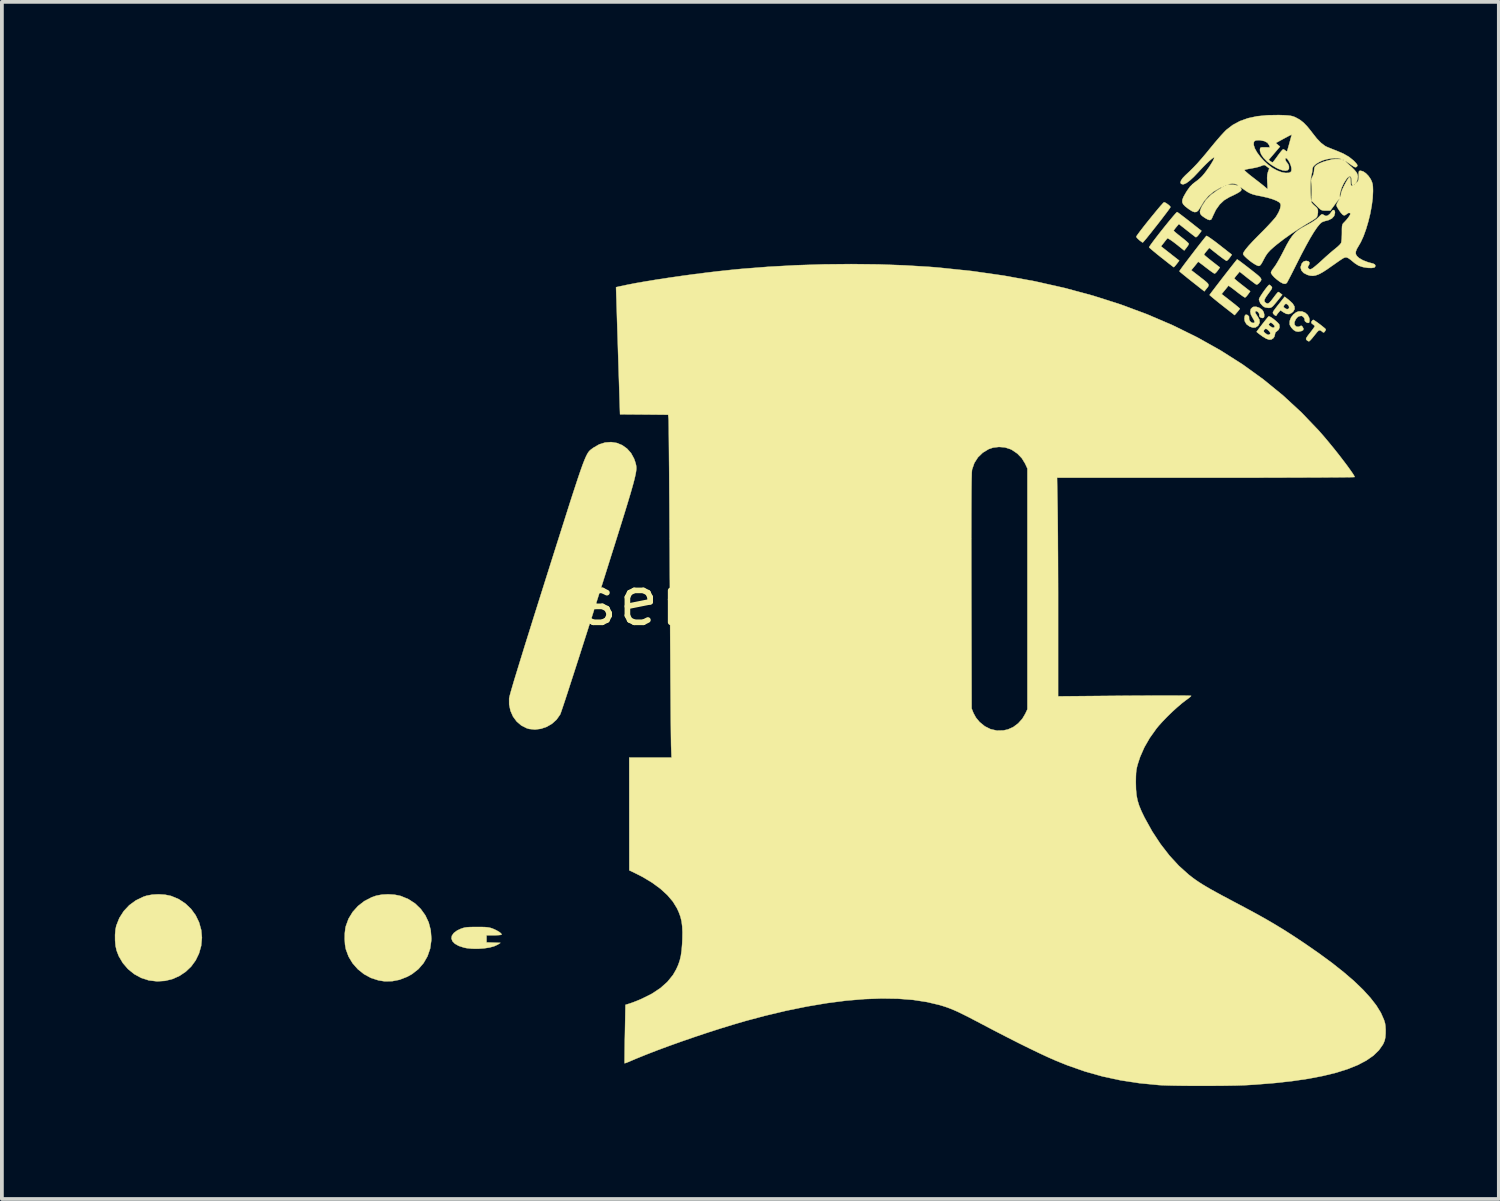
<source format=kicad_pcb>
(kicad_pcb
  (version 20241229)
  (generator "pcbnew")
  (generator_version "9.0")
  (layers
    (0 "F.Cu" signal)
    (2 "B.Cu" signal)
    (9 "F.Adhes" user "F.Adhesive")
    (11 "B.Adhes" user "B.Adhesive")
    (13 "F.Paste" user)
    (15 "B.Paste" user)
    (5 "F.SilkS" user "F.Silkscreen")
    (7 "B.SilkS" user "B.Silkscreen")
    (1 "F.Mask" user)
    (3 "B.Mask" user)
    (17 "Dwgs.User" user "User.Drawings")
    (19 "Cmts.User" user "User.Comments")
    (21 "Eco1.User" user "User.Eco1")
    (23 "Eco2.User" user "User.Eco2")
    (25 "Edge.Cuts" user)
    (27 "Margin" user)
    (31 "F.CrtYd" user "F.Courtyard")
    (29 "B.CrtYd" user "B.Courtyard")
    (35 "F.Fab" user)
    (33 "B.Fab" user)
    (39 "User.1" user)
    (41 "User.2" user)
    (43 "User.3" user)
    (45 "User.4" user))
  (footprint "serigrafia"
    (layer "F.Cu")
    (at 16.874 12.893)
    (property "Reference" "serigrafia" (at 0 0 0) (layer "F.SilkS") (effects (font (size 1.27 1.27) (thickness 0.15))))
    (attr through_hole)
    (fp_poly (pts (xy 11.018 -10.561) (xy 11.066 -10.531) (xy 11.114 -10.494) (xy 11.147 -10.46) (xy 11.154 -10.446) (xy 11.142 -10.424) (xy 11.107 -10.375) (xy 11.054 -10.303) (xy 10.987 -10.215) (xy 10.91 -10.114) (xy 10.827 -10.007) (xy 10.741 -9.898) (xy 10.658 -9.793) (xy 10.581 -9.696) (xy 10.515 -9.614) (xy 10.462 -9.552) (xy 10.428 -9.513) (xy 10.417 -9.504) (xy 10.394 -9.516) (xy 10.35 -9.548) (xy 10.324 -9.569) (xy 10.278 -9.612) (xy 10.25 -9.647) (xy 10.246 -9.659) (xy 10.26 -9.684) (xy 10.296 -9.735) (xy 10.35 -9.808) (xy 10.419 -9.897) (xy 10.498 -9.998) (xy 10.583 -10.104) (xy 10.669 -10.21) (xy 10.753 -10.312) (xy 10.829 -10.404) (xy 10.895 -10.481) (xy 10.946 -10.538) (xy 10.977 -10.569) (xy 10.984 -10.573) (xy 11.018 -10.561)) (stroke (width 0.01) (type solid)) (fill yes) (layer "F.SilkS"))
    (fp_poly (pts (xy 14.309 -7.967) (xy 14.398 -7.884) (xy 14.445 -7.807) (xy 14.45 -7.737) (xy 14.413 -7.671) (xy 14.367 -7.632) (xy 14.302 -7.603) (xy 14.233 -7.609) (xy 14.152 -7.652) (xy 14.074 -7.705) (xy 14.023 -7.646) (xy 13.989 -7.604) (xy 13.971 -7.575) (xy 13.971 -7.572) (xy 13.957 -7.557) (xy 13.926 -7.571) (xy 13.897 -7.598) (xy 13.881 -7.617) (xy 13.873 -7.635) (xy 13.877 -7.658) (xy 13.896 -7.693) (xy 13.933 -7.744) (xy 13.985 -7.811) (xy 14.155 -7.811) (xy 14.161 -7.787) (xy 14.188 -7.763) (xy 14.242 -7.734) (xy 14.284 -7.74) (xy 14.305 -7.777) (xy 14.295 -7.821) (xy 14.265 -7.854) (xy 14.228 -7.878) (xy 14.204 -7.872) (xy 14.179 -7.845) (xy 14.155 -7.811) (xy 13.985 -7.811) (xy 13.991 -7.819) (xy 14.039 -7.879) (xy 14.185 -8.064) (xy 14.309 -7.967)) (stroke (width 0.01) (type solid)) (fill yes) (layer "F.SilkS"))
    (fp_poly (pts (xy -15.542 7.813) (xy -15.386 7.845) (xy -15.377 7.848) (xy -15.18 7.93) (xy -15.004 8.046) (xy -14.852 8.19) (xy -14.729 8.359) (xy -14.638 8.548) (xy -14.581 8.752) (xy -14.563 8.954) (xy -14.583 9.17) (xy -14.64 9.372) (xy -14.729 9.556) (xy -14.848 9.719) (xy -14.993 9.857) (xy -15.159 9.969) (xy -15.344 10.051) (xy -15.543 10.1) (xy -15.753 10.113) (xy -15.97 10.087) (xy -15.976 10.086) (xy -16.176 10.021) (xy -16.361 9.92) (xy -16.525 9.787) (xy -16.663 9.626) (xy -16.771 9.443) (xy -16.828 9.295) (xy -16.855 9.173) (xy -16.868 9.028) (xy -16.869 8.877) (xy -16.857 8.736) (xy -16.836 8.635) (xy -16.755 8.431) (xy -16.639 8.249) (xy -16.492 8.092) (xy -16.317 7.964) (xy -16.118 7.868) (xy -16.034 7.84) (xy -15.883 7.811) (xy -15.714 7.802) (xy -15.542 7.813)) (stroke (width 0.01) (type solid)) (fill yes) (layer "F.SilkS"))
    (fp_poly (pts (xy -7.134 8.67) (xy -7.04 8.673) (xy -6.97 8.68) (xy -6.914 8.69) (xy -6.862 8.706) (xy -6.833 8.717) (xy -6.744 8.758) (xy -6.671 8.8) (xy -6.621 8.84) (xy -6.604 8.87) (xy -6.624 8.879) (xy -6.676 8.885) (xy -6.753 8.889) (xy -6.805 8.89) (xy -7.006 8.89) (xy -7.006 9.079) (xy -6.821 9.085) (xy -6.636 9.091) (xy -6.709 9.138) (xy -6.803 9.181) (xy -6.928 9.215) (xy -7.074 9.237) (xy -7.231 9.248) (xy -7.388 9.246) (xy -7.535 9.231) (xy -7.607 9.216) (xy -7.745 9.171) (xy -7.847 9.113) (xy -7.911 9.047) (xy -7.937 8.974) (xy -7.925 8.901) (xy -7.874 8.829) (xy -7.784 8.762) (xy -7.694 8.72) (xy -7.638 8.7) (xy -7.586 8.686) (xy -7.526 8.677) (xy -7.449 8.672) (xy -7.346 8.67) (xy -7.26 8.67) (xy -7.134 8.67)) (stroke (width 0.01) (type solid)) (fill yes) (layer "F.SilkS"))
    (fp_poly (pts (xy -9.446 7.813) (xy -9.29 7.845) (xy -9.281 7.848) (xy -9.08 7.931) (xy -8.903 8.046) (xy -8.753 8.191) (xy -8.631 8.36) (xy -8.542 8.549) (xy -8.488 8.756) (xy -8.471 8.975) (xy -8.473 9.028) (xy -8.504 9.246) (xy -8.574 9.448) (xy -8.679 9.63) (xy -8.817 9.789) (xy -8.986 9.921) (xy -9.112 9.991) (xy -9.317 10.071) (xy -9.517 10.11) (xy -9.721 10.111) (xy -9.876 10.086) (xy -10.075 10.022) (xy -10.259 9.922) (xy -10.423 9.791) (xy -10.562 9.633) (xy -10.669 9.455) (xy -10.741 9.26) (xy -10.741 9.26) (xy -10.763 9.135) (xy -10.772 8.988) (xy -10.769 8.837) (xy -10.753 8.7) (xy -10.741 8.647) (xy -10.669 8.45) (xy -10.56 8.271) (xy -10.419 8.114) (xy -10.251 7.983) (xy -10.058 7.883) (xy -9.938 7.84) (xy -9.787 7.811) (xy -9.618 7.802) (xy -9.446 7.813)) (stroke (width 0.01) (type solid)) (fill yes) (layer "F.SilkS"))
    (fp_poly (pts (xy 14.971 -7.438) (xy 15.018 -7.406) (xy 15.08 -7.362) (xy 15.146 -7.312) (xy 15.207 -7.263) (xy 15.254 -7.224) (xy 15.277 -7.2) (xy 15.277 -7.199) (xy 15.271 -7.173) (xy 15.253 -7.143) (xy 15.227 -7.115) (xy 15.202 -7.121) (xy 15.184 -7.136) (xy 15.146 -7.165) (xy 15.115 -7.175) (xy 15.083 -7.162) (xy 15.044 -7.123) (xy 14.988 -7.053) (xy 14.976 -7.038) (xy 14.921 -6.969) (xy 14.873 -6.915) (xy 14.839 -6.884) (xy 14.83 -6.879) (xy 14.796 -6.893) (xy 14.77 -6.914) (xy 14.756 -6.932) (xy 14.755 -6.954) (xy 14.771 -6.986) (xy 14.806 -7.037) (xy 14.861 -7.107) (xy 14.915 -7.177) (xy 14.957 -7.235) (xy 14.982 -7.273) (xy 14.986 -7.282) (xy 14.97 -7.303) (xy 14.933 -7.333) (xy 14.897 -7.363) (xy 14.894 -7.393) (xy 14.902 -7.409) (xy 14.928 -7.442) (xy 14.946 -7.451) (xy 14.971 -7.438)) (stroke (width 0.01) (type solid)) (fill yes) (layer "F.SilkS"))
    (fp_poly (pts (xy 14.648 -7.673) (xy 14.731 -7.639) (xy 14.798 -7.579) (xy 14.838 -7.501) (xy 14.845 -7.449) (xy 14.841 -7.4) (xy 14.831 -7.373) (xy 14.802 -7.369) (xy 14.762 -7.384) (xy 14.728 -7.41) (xy 14.717 -7.437) (xy 14.718 -7.438) (xy 14.714 -7.48) (xy 14.686 -7.524) (xy 14.645 -7.553) (xy 14.627 -7.556) (xy 14.562 -7.546) (xy 14.512 -7.508) (xy 14.476 -7.458) (xy 14.445 -7.385) (xy 14.448 -7.323) (xy 14.482 -7.281) (xy 14.51 -7.269) (xy 14.566 -7.268) (xy 14.595 -7.282) (xy 14.625 -7.296) (xy 14.652 -7.276) (xy 14.658 -7.269) (xy 14.686 -7.216) (xy 14.676 -7.178) (xy 14.635 -7.154) (xy 14.545 -7.136) (xy 14.478 -7.148) (xy 14.418 -7.186) (xy 14.362 -7.247) (xy 14.324 -7.313) (xy 14.318 -7.335) (xy 14.321 -7.424) (xy 14.356 -7.514) (xy 14.417 -7.594) (xy 14.494 -7.652) (xy 14.557 -7.675) (xy 14.648 -7.673)) (stroke (width 0.01) (type solid)) (fill yes) (layer "F.SilkS"))
    (fp_poly (pts (xy 13.803 -8.368) (xy 13.831 -8.341) (xy 13.847 -8.321) (xy 13.85 -8.299) (xy 13.838 -8.269) (xy 13.807 -8.222) (xy 13.754 -8.15) (xy 13.749 -8.143) (xy 13.687 -8.056) (xy 13.654 -7.994) (xy 13.646 -7.949) (xy 13.665 -7.917) (xy 13.699 -7.893) (xy 13.727 -7.883) (xy 13.754 -7.889) (xy 13.787 -7.914) (xy 13.832 -7.964) (xy 13.893 -8.044) (xy 13.906 -8.062) (xy 13.954 -8.124) (xy 13.992 -8.169) (xy 14.014 -8.19) (xy 14.015 -8.191) (xy 14.04 -8.179) (xy 14.075 -8.154) (xy 14.122 -8.116) (xy 13.982 -7.942) (xy 13.918 -7.865) (xy 13.873 -7.814) (xy 13.839 -7.786) (xy 13.807 -7.772) (xy 13.771 -7.768) (xy 13.752 -7.768) (xy 13.662 -7.783) (xy 13.607 -7.816) (xy 13.539 -7.892) (xy 13.507 -7.973) (xy 13.504 -7.998) (xy 13.516 -8.03) (xy 13.547 -8.083) (xy 13.591 -8.15) (xy 13.641 -8.222) (xy 13.692 -8.29) (xy 13.736 -8.345) (xy 13.768 -8.377) (xy 13.778 -8.382) (xy 13.803 -8.368)) (stroke (width 0.01) (type solid)) (fill yes) (layer "F.SilkS"))
    (fp_poly (pts (xy 13.433 -7.797) (xy 13.51 -7.772) (xy 13.577 -7.728) (xy 13.594 -7.711) (xy 13.628 -7.655) (xy 13.644 -7.588) (xy 13.64 -7.53) (xy 13.633 -7.515) (xy 13.602 -7.499) (xy 13.561 -7.506) (xy 13.525 -7.529) (xy 13.511 -7.561) (xy 13.513 -7.571) (xy 13.51 -7.611) (xy 13.482 -7.654) (xy 13.442 -7.681) (xy 13.427 -7.684) (xy 13.402 -7.67) (xy 13.409 -7.631) (xy 13.45 -7.565) (xy 13.463 -7.547) (xy 13.513 -7.459) (xy 13.522 -7.38) (xy 13.49 -7.31) (xy 13.474 -7.291) (xy 13.413 -7.249) (xy 13.343 -7.244) (xy 13.258 -7.273) (xy 13.254 -7.275) (xy 13.172 -7.335) (xy 13.126 -7.415) (xy 13.117 -7.487) (xy 13.127 -7.557) (xy 13.152 -7.588) (xy 13.194 -7.581) (xy 13.206 -7.574) (xy 13.24 -7.537) (xy 13.24 -7.499) (xy 13.244 -7.452) (xy 13.271 -7.408) (xy 13.311 -7.377) (xy 13.353 -7.366) (xy 13.386 -7.384) (xy 13.388 -7.387) (xy 13.384 -7.415) (xy 13.36 -7.464) (xy 13.336 -7.502) (xy 13.289 -7.592) (xy 13.273 -7.673) (xy 13.288 -7.74) (xy 13.333 -7.785) (xy 13.366 -7.798) (xy 13.433 -7.797)) (stroke (width 0.01) (type solid)) (fill yes) (layer "F.SilkS"))
    (fp_poly (pts (xy 13.783 -7.54) (xy 13.828 -7.516) (xy 13.885 -7.476) (xy 13.944 -7.428) (xy 13.997 -7.38) (xy 14.034 -7.339) (xy 14.045 -7.319) (xy 14.05 -7.249) (xy 14.023 -7.186) (xy 13.98 -7.15) (xy 13.938 -7.115) (xy 13.928 -7.066) (xy 13.913 -7.006) (xy 13.885 -6.964) (xy 13.833 -6.929) (xy 13.771 -6.925) (xy 13.695 -6.952) (xy 13.598 -7.01) (xy 13.582 -7.022) (xy 13.517 -7.07) (xy 13.468 -7.108) (xy 13.443 -7.13) (xy 13.442 -7.133) (xy 13.453 -7.152) (xy 13.627 -7.152) (xy 13.64 -7.124) (xy 13.67 -7.097) (xy 13.724 -7.059) (xy 13.763 -7.052) (xy 13.796 -7.074) (xy 13.807 -7.098) (xy 13.788 -7.132) (xy 13.765 -7.159) (xy 13.716 -7.203) (xy 13.682 -7.215) (xy 13.652 -7.195) (xy 13.64 -7.181) (xy 13.627 -7.152) (xy 13.453 -7.152) (xy 13.454 -7.152) (xy 13.486 -7.196) (xy 13.532 -7.257) (xy 13.587 -7.328) (xy 13.588 -7.33) (xy 13.762 -7.33) (xy 13.77 -7.307) (xy 13.801 -7.281) (xy 13.86 -7.245) (xy 13.901 -7.245) (xy 13.919 -7.264) (xy 13.915 -7.293) (xy 13.882 -7.333) (xy 13.875 -7.339) (xy 13.834 -7.371) (xy 13.809 -7.376) (xy 13.783 -7.358) (xy 13.782 -7.356) (xy 13.762 -7.33) (xy 13.588 -7.33) (xy 13.643 -7.4) (xy 13.694 -7.465) (xy 13.735 -7.516) (xy 13.759 -7.543) (xy 13.783 -7.54)) (stroke (width 0.01) (type solid)) (fill yes) (layer "F.SilkS"))
    (fp_poly (pts (xy 15.517 -10.338) (xy 15.522 -10.29) (xy 15.499 -10.209) (xy 15.44 -10.143) (xy 15.351 -10.099) (xy 15.337 -10.095) (xy 15.254 -10.073) (xy 15.2 -10.055) (xy 15.165 -10.037) (xy 15.136 -10.012) (xy 15.117 -9.993) (xy 15.047 -9.907) (xy 14.962 -9.782) (xy 14.864 -9.62) (xy 14.754 -9.422) (xy 14.631 -9.19) (xy 14.539 -9.008) (xy 14.468 -8.867) (xy 14.403 -8.737) (xy 14.345 -8.623) (xy 14.297 -8.532) (xy 14.263 -8.467) (xy 14.244 -8.434) (xy 14.242 -8.431) (xy 14.202 -8.406) (xy 14.145 -8.414) (xy 14.068 -8.455) (xy 14.063 -8.458) (xy 13.981 -8.519) (xy 13.909 -8.582) (xy 13.855 -8.642) (xy 13.825 -8.69) (xy 13.822 -8.705) (xy 13.835 -8.742) (xy 13.869 -8.797) (xy 13.905 -8.844) (xy 13.942 -8.896) (xy 13.992 -8.977) (xy 14.051 -9.08) (xy 14.113 -9.195) (xy 14.163 -9.292) (xy 14.244 -9.45) (xy 14.316 -9.575) (xy 14.384 -9.674) (xy 14.454 -9.755) (xy 14.533 -9.823) (xy 14.627 -9.886) (xy 14.742 -9.95) (xy 14.775 -9.967) (xy 14.913 -10.045) (xy 15.022 -10.119) (xy 15.085 -10.175) (xy 15.135 -10.226) (xy 15.166 -10.251) (xy 15.191 -10.253) (xy 15.22 -10.238) (xy 15.229 -10.232) (xy 15.274 -10.209) (xy 15.312 -10.213) (xy 15.338 -10.225) (xy 15.387 -10.265) (xy 15.423 -10.314) (xy 15.459 -10.36) (xy 15.494 -10.368) (xy 15.517 -10.338)) (stroke (width 0.01) (type solid)) (fill yes) (layer "F.SilkS"))
    (fp_poly (pts (xy 12.129 -9.673) (xy 12.177 -9.643) (xy 12.248 -9.594) (xy 12.336 -9.53) (xy 12.436 -9.453) (xy 12.454 -9.439) (xy 12.783 -9.181) (xy 12.726 -9.099) (xy 12.687 -9.051) (xy 12.654 -9.022) (xy 12.644 -9.017) (xy 12.62 -9.03) (xy 12.569 -9.064) (xy 12.499 -9.115) (xy 12.418 -9.177) (xy 12.402 -9.189) (xy 12.184 -9.362) (xy 12.114 -9.279) (xy 12.074 -9.23) (xy 12.049 -9.194) (xy 12.044 -9.184) (xy 12.06 -9.166) (xy 12.103 -9.129) (xy 12.167 -9.076) (xy 12.245 -9.014) (xy 12.255 -9.006) (xy 12.466 -8.842) (xy 12.408 -8.76) (xy 12.369 -8.712) (xy 12.336 -8.683) (xy 12.326 -8.679) (xy 12.301 -8.691) (xy 12.25 -8.725) (xy 12.181 -8.775) (xy 12.1 -8.837) (xy 12.097 -8.839) (xy 12.019 -8.9) (xy 11.954 -8.949) (xy 11.908 -8.982) (xy 11.888 -8.993) (xy 11.888 -8.993) (xy 11.873 -8.974) (xy 11.839 -8.931) (xy 11.795 -8.877) (xy 11.706 -8.769) (xy 11.947 -8.582) (xy 12.044 -8.507) (xy 12.11 -8.452) (xy 12.15 -8.411) (xy 12.165 -8.378) (xy 12.16 -8.347) (xy 12.137 -8.311) (xy 12.102 -8.269) (xy 12.053 -8.208) (xy 11.726 -8.466) (xy 11.625 -8.546) (xy 11.536 -8.618) (xy 11.464 -8.677) (xy 11.414 -8.719) (xy 11.392 -8.741) (xy 11.392 -8.742) (xy 11.403 -8.761) (xy 11.436 -8.808) (xy 11.487 -8.879) (xy 11.553 -8.967) (xy 11.629 -9.067) (xy 11.711 -9.175) (xy 11.795 -9.285) (xy 11.877 -9.391) (xy 11.954 -9.49) (xy 12.021 -9.574) (xy 12.074 -9.64) (xy 12.108 -9.68) (xy 12.129 -9.673)) (stroke (width 0.01) (type solid)) (fill yes) (layer "F.SilkS"))
    (fp_poly (pts (xy 11.353 -10.298) (xy 11.404 -10.261) (xy 11.476 -10.206) (xy 11.565 -10.138) (xy 11.664 -10.06) (xy 11.665 -10.06) (xy 11.977 -9.813) (xy 11.912 -9.723) (xy 11.871 -9.673) (xy 11.837 -9.647) (xy 11.824 -9.646) (xy 11.799 -9.664) (xy 11.748 -9.703) (xy 11.679 -9.757) (xy 11.597 -9.821) (xy 11.589 -9.828) (xy 11.377 -9.995) (xy 11.308 -9.915) (xy 11.269 -9.866) (xy 11.244 -9.829) (xy 11.239 -9.819) (xy 11.255 -9.8) (xy 11.298 -9.762) (xy 11.362 -9.709) (xy 11.44 -9.648) (xy 11.518 -9.586) (xy 11.582 -9.532) (xy 11.625 -9.491) (xy 11.641 -9.47) (xy 11.629 -9.44) (xy 11.598 -9.393) (xy 11.581 -9.369) (xy 11.519 -9.292) (xy 11.303 -9.464) (xy 11.222 -9.526) (xy 11.152 -9.575) (xy 11.1 -9.607) (xy 11.074 -9.618) (xy 11.072 -9.617) (xy 11.052 -9.592) (xy 11.014 -9.545) (xy 10.98 -9.501) (xy 10.902 -9.403) (xy 11.144 -9.213) (xy 11.386 -9.023) (xy 11.319 -8.935) (xy 11.279 -8.886) (xy 11.25 -8.855) (xy 11.24 -8.849) (xy 11.221 -8.862) (xy 11.174 -8.898) (xy 11.104 -8.952) (xy 11.018 -9.02) (xy 10.919 -9.098) (xy 10.911 -9.104) (xy 10.812 -9.183) (xy 10.725 -9.255) (xy 10.655 -9.314) (xy 10.607 -9.356) (xy 10.587 -9.376) (xy 10.587 -9.376) (xy 10.598 -9.399) (xy 10.631 -9.448) (xy 10.683 -9.519) (xy 10.75 -9.608) (xy 10.827 -9.708) (xy 10.91 -9.814) (xy 10.996 -9.922) (xy 11.08 -10.026) (xy 11.159 -10.122) (xy 11.227 -10.203) (xy 11.281 -10.265) (xy 11.317 -10.303) (xy 11.33 -10.312) (xy 11.353 -10.298)) (stroke (width 0.01) (type solid)) (fill yes) (layer "F.SilkS"))
    (fp_poly (pts (xy 12.941 -9.046) (xy 12.987 -9.014) (xy 13.056 -8.962) (xy 13.143 -8.896) (xy 13.242 -8.819) (xy 13.259 -8.806) (xy 13.374 -8.716) (xy 13.459 -8.648) (xy 13.516 -8.597) (xy 13.55 -8.558) (xy 13.564 -8.527) (xy 13.559 -8.499) (xy 13.54 -8.469) (xy 13.509 -8.432) (xy 13.505 -8.427) (xy 13.467 -8.395) (xy 13.436 -8.388) (xy 13.435 -8.388) (xy 13.409 -8.404) (xy 13.357 -8.442) (xy 13.287 -8.495) (xy 13.205 -8.558) (xy 13.199 -8.563) (xy 12.99 -8.729) (xy 12.919 -8.645) (xy 12.879 -8.596) (xy 12.854 -8.56) (xy 12.848 -8.55) (xy 12.864 -8.533) (xy 12.907 -8.495) (xy 12.971 -8.443) (xy 13.049 -8.381) (xy 13.06 -8.373) (xy 13.271 -8.208) (xy 13.213 -8.126) (xy 13.174 -8.078) (xy 13.142 -8.048) (xy 13.132 -8.044) (xy 13.108 -8.056) (xy 13.057 -8.09) (xy 12.988 -8.14) (xy 12.908 -8.201) (xy 12.904 -8.205) (xy 12.825 -8.266) (xy 12.759 -8.315) (xy 12.713 -8.347) (xy 12.693 -8.358) (xy 12.693 -8.358) (xy 12.678 -8.339) (xy 12.643 -8.296) (xy 12.6 -8.243) (xy 12.512 -8.136) (xy 12.754 -7.947) (xy 12.84 -7.88) (xy 12.912 -7.821) (xy 12.965 -7.777) (xy 12.993 -7.751) (xy 12.996 -7.748) (xy 12.982 -7.726) (xy 12.95 -7.685) (xy 12.926 -7.656) (xy 12.857 -7.576) (xy 12.525 -7.836) (xy 12.424 -7.916) (xy 12.335 -7.988) (xy 12.264 -8.047) (xy 12.215 -8.089) (xy 12.193 -8.11) (xy 12.193 -8.112) (xy 12.205 -8.13) (xy 12.239 -8.177) (xy 12.292 -8.246) (xy 12.358 -8.333) (xy 12.435 -8.433) (xy 12.517 -8.54) (xy 12.602 -8.65) (xy 12.685 -8.756) (xy 12.761 -8.854) (xy 12.828 -8.938) (xy 12.88 -9.004) (xy 12.915 -9.046) (xy 12.923 -9.056) (xy 12.941 -9.046)) (stroke (width 0.01) (type solid)) (fill yes) (layer "F.SilkS"))
    (fp_poly (pts (xy -3.546 -4.181) (xy -3.404 -4.123) (xy -3.276 -4.032) (xy -3.169 -3.912) (xy -3.088 -3.763) (xy -3.057 -3.673) (xy -3.048 -3.642) (xy -3.04 -3.612) (xy -3.034 -3.583) (xy -3.03 -3.551) (xy -3.028 -3.516) (xy -3.03 -3.474) (xy -3.036 -3.425) (xy -3.046 -3.366) (xy -3.061 -3.295) (xy -3.081 -3.211) (xy -3.107 -3.111) (xy -3.14 -2.993) (xy -3.179 -2.855) (xy -3.227 -2.696) (xy -3.282 -2.513) (xy -3.346 -2.305) (xy -3.419 -2.07) (xy -3.502 -1.805) (xy -3.595 -1.508) (xy -3.699 -1.179) (xy -3.814 -0.813) (xy -3.941 -0.411) (xy -4.021 -0.161) (xy -4.132 0.191) (xy -4.24 0.533) (xy -4.345 0.863) (xy -4.446 1.178) (xy -4.541 1.476) (xy -4.631 1.755) (xy -4.714 2.012) (xy -4.79 2.246) (xy -4.857 2.454) (xy -4.916 2.634) (xy -4.966 2.784) (xy -5.005 2.9) (xy -5.033 2.981) (xy -5.05 3.025) (xy -5.053 3.031) (xy -5.147 3.164) (xy -5.268 3.273) (xy -5.409 3.355) (xy -5.562 3.407) (xy -5.72 3.427) (xy -5.875 3.411) (xy -5.939 3.392) (xy -6.084 3.318) (xy -6.206 3.213) (xy -6.303 3.081) (xy -6.37 2.929) (xy -6.405 2.762) (xy -6.406 2.603) (xy -6.399 2.568) (xy -6.383 2.504) (xy -6.357 2.409) (xy -6.321 2.285) (xy -6.275 2.128) (xy -6.217 1.939) (xy -6.149 1.717) (xy -6.07 1.461) (xy -5.98 1.169) (xy -5.877 0.841) (xy -5.763 0.476) (xy -5.636 0.073) (xy -5.497 -0.368) (xy -5.41 -0.644) (xy -5.276 -1.068) (xy -5.154 -1.453) (xy -5.043 -1.802) (xy -4.943 -2.117) (xy -4.854 -2.398) (xy -4.774 -2.649) (xy -4.702 -2.871) (xy -4.638 -3.066) (xy -4.582 -3.236) (xy -4.532 -3.383) (xy -4.488 -3.509) (xy -4.45 -3.615) (xy -4.415 -3.704) (xy -4.385 -3.777) (xy -4.358 -3.837) (xy -4.333 -3.885) (xy -4.31 -3.924) (xy -4.288 -3.954) (xy -4.266 -3.979) (xy -4.243 -3.999) (xy -4.22 -4.017) (xy -4.195 -4.035) (xy -4.168 -4.055) (xy -4.166 -4.056) (xy -4.014 -4.144) (xy -3.857 -4.193) (xy -3.699 -4.205) (xy -3.546 -4.181)) (stroke (width 0.01) (type solid)) (fill yes) (layer "F.SilkS"))
    (fp_poly (pts (xy 3.401 -8.923) (xy 4.103 -8.897) (xy 4.779 -8.856) (xy 5.016 -8.836) (xy 5.887 -8.745) (xy 6.732 -8.624) (xy 7.549 -8.475) (xy 8.34 -8.297) (xy 9.102 -8.091) (xy 9.836 -7.857) (xy 10.542 -7.594) (xy 11.218 -7.304) (xy 11.864 -6.986) (xy 12.48 -6.641) (xy 13.066 -6.269) (xy 13.619 -5.87) (xy 14.141 -5.444) (xy 14.631 -4.992) (xy 15.088 -4.514) (xy 15.177 -4.413) (xy 15.279 -4.294) (xy 15.386 -4.165) (xy 15.496 -4.031) (xy 15.604 -3.895) (xy 15.707 -3.762) (xy 15.803 -3.636) (xy 15.887 -3.522) (xy 15.956 -3.425) (xy 16.008 -3.348) (xy 16.038 -3.297) (xy 16.044 -3.278) (xy 16.024 -3.276) (xy 15.962 -3.274) (xy 15.863 -3.272) (xy 15.728 -3.271) (xy 15.558 -3.269) (xy 15.357 -3.268) (xy 15.126 -3.266) (xy 14.867 -3.265) (xy 14.582 -3.264) (xy 14.273 -3.263) (xy 13.943 -3.262) (xy 13.594 -3.261) (xy 13.227 -3.26) (xy 12.844 -3.26) (xy 12.449 -3.26) (xy 12.093 -3.26) (xy 8.142 -3.26) (xy 8.156 -2.462) (xy 8.158 -2.323) (xy 8.16 -2.147) (xy 8.162 -1.936) (xy 8.164 -1.697) (xy 8.165 -1.433) (xy 8.167 -1.15) (xy 8.168 -0.851) (xy 8.169 -0.54) (xy 8.17 -0.223) (xy 8.17 0.095) (xy 8.17 0.412) (xy 8.17 0.44) (xy 8.17 2.546) (xy 9.938 2.53) (xy 10.207 2.528) (xy 10.464 2.527) (xy 10.705 2.525) (xy 10.928 2.525) (xy 11.129 2.525) (xy 11.304 2.525) (xy 11.452 2.526) (xy 11.569 2.527) (xy 11.651 2.529) (xy 11.696 2.531) (xy 11.704 2.533) (xy 11.688 2.552) (xy 11.644 2.589) (xy 11.581 2.636) (xy 11.552 2.656) (xy 11.452 2.734) (xy 11.333 2.836) (xy 11.204 2.953) (xy 11.074 3.079) (xy 10.953 3.204) (xy 10.847 3.321) (xy 10.784 3.397) (xy 10.604 3.649) (xy 10.46 3.899) (xy 10.347 4.156) (xy 10.283 4.352) (xy 10.263 4.428) (xy 10.249 4.5) (xy 10.24 4.579) (xy 10.236 4.677) (xy 10.234 4.804) (xy 10.234 4.837) (xy 10.238 5.015) (xy 10.252 5.168) (xy 10.279 5.308) (xy 10.321 5.445) (xy 10.382 5.593) (xy 10.464 5.763) (xy 10.467 5.768) (xy 10.668 6.131) (xy 10.889 6.467) (xy 11.125 6.772) (xy 11.375 7.044) (xy 11.635 7.278) (xy 11.747 7.365) (xy 11.827 7.423) (xy 11.911 7.48) (xy 12.002 7.538) (xy 12.105 7.6) (xy 12.224 7.669) (xy 12.365 7.747) (xy 12.531 7.838) (xy 12.729 7.943) (xy 12.859 8.012) (xy 13.127 8.154) (xy 13.365 8.282) (xy 13.577 8.399) (xy 13.77 8.509) (xy 13.951 8.616) (xy 14.126 8.722) (xy 14.302 8.833) (xy 14.485 8.952) (xy 14.681 9.083) (xy 14.69 9.088) (xy 15.084 9.361) (xy 15.439 9.621) (xy 15.753 9.87) (xy 16.029 10.107) (xy 16.264 10.333) (xy 16.461 10.549) (xy 16.62 10.753) (xy 16.74 10.948) (xy 16.822 11.133) (xy 16.85 11.224) (xy 16.861 11.299) (xy 16.867 11.397) (xy 16.866 11.499) (xy 16.866 11.5) (xy 16.858 11.602) (xy 16.842 11.679) (xy 16.815 11.748) (xy 16.795 11.789) (xy 16.688 11.942) (xy 16.542 12.084) (xy 16.355 12.214) (xy 16.127 12.334) (xy 15.859 12.442) (xy 15.551 12.539) (xy 15.202 12.624) (xy 14.812 12.699) (xy 14.382 12.762) (xy 13.91 12.814) (xy 13.399 12.855) (xy 13.166 12.869) (xy 13.043 12.874) (xy 12.888 12.879) (xy 12.707 12.882) (xy 12.506 12.885) (xy 12.292 12.886) (xy 12.07 12.887) (xy 11.847 12.887) (xy 11.63 12.886) (xy 11.424 12.884) (xy 11.236 12.881) (xy 11.072 12.877) (xy 10.938 12.872) (xy 10.848 12.867) (xy 10.324 12.816) (xy 9.827 12.74) (xy 9.349 12.637) (xy 8.881 12.505) (xy 8.416 12.342) (xy 8.109 12.218) (xy 7.913 12.132) (xy 7.683 12.025) (xy 7.423 11.9) (xy 7.135 11.758) (xy 6.822 11.599) (xy 6.488 11.427) (xy 6.17 11.26) (xy 5.966 11.153) (xy 5.794 11.063) (xy 5.648 10.99) (xy 5.523 10.929) (xy 5.414 10.88) (xy 5.315 10.839) (xy 5.222 10.804) (xy 5.128 10.773) (xy 5.029 10.743) (xy 5.027 10.742) (xy 4.689 10.662) (xy 4.319 10.605) (xy 3.917 10.574) (xy 3.486 10.567) (xy 3.027 10.584) (xy 2.542 10.625) (xy 2.032 10.691) (xy 1.499 10.781) (xy 0.944 10.894) (xy 0.37 11.031) (xy -0.131 11.165) (xy -0.444 11.257) (xy -0.775 11.358) (xy -1.118 11.468) (xy -1.466 11.584) (xy -1.811 11.703) (xy -2.147 11.823) (xy -2.467 11.941) (xy -2.763 12.056) (xy -3.03 12.164) (xy -3.164 12.221) (xy -3.24 12.254) (xy -3.3 12.277) (xy -3.335 12.288) (xy -3.34 12.288) (xy -3.341 12.267) (xy -3.341 12.207) (xy -3.34 12.115) (xy -3.339 11.994) (xy -3.337 11.85) (xy -3.335 11.688) (xy -3.331 11.512) (xy -3.331 11.509) (xy -3.317 10.737) (xy -3.198 10.7) (xy -3.126 10.675) (xy -3.03 10.638) (xy -2.928 10.596) (xy -2.879 10.574) (xy -2.615 10.442) (xy -2.389 10.292) (xy -2.203 10.126) (xy -2.054 9.942) (xy -1.97 9.796) (xy -1.916 9.677) (xy -1.876 9.56) (xy -1.846 9.435) (xy -1.826 9.293) (xy -1.812 9.124) (xy -1.806 8.996) (xy -1.803 8.809) (xy -1.81 8.654) (xy -1.827 8.52) (xy -1.857 8.397) (xy -1.902 8.275) (xy -1.95 8.171) (xy -2.058 7.995) (xy -2.205 7.822) (xy -2.389 7.654) (xy -2.607 7.494) (xy -2.854 7.345) (xy -3.01 7.265) (xy -3.215 7.165) (xy -3.216 5.667) (xy -3.217 4.17) (xy -2.093 4.17) (xy -2.105 3.868) (xy -2.106 3.817) (xy -2.107 3.725) (xy -2.109 3.595) (xy -2.111 3.43) (xy -2.113 3.231) (xy -2.115 3.001) (xy -2.117 2.742) (xy -2.119 2.457) (xy -2.122 2.147) (xy -2.124 1.814) (xy -2.126 1.462) (xy -2.129 1.091) (xy -2.131 0.706) (xy -2.134 0.306) (xy -2.136 -0.104) (xy -2.138 -0.523) (xy -2.139 -0.572) (xy -2.141 -0.989) (xy -2.143 -1.395) (xy -2.145 -1.647) (xy 5.865 -1.647) (xy 5.866 -1.285) (xy 5.866 -0.885) (xy 5.867 -0.444) (xy 5.867 -0.243) (xy 5.874 2.868) (xy 5.923 2.991) (xy 5.988 3.11) (xy 6.082 3.224) (xy 6.082 3.225) (xy 6.224 3.341) (xy 6.378 3.418) (xy 6.544 3.455) (xy 6.718 3.451) (xy 6.837 3.425) (xy 6.979 3.362) (xy 7.11 3.264) (xy 7.222 3.139) (xy 7.3 3.007) (xy 7.355 2.889) (xy 7.355 -3.503) (xy 7.294 -3.635) (xy 7.207 -3.777) (xy 7.087 -3.901) (xy 6.944 -3.998) (xy 6.905 -4.017) (xy 6.759 -4.064) (xy 6.6 -4.077) (xy 6.443 -4.058) (xy 6.325 -4.018) (xy 6.169 -3.923) (xy 6.042 -3.8) (xy 5.947 -3.652) (xy 5.888 -3.483) (xy 5.885 -3.471) (xy 5.882 -3.442) (xy 5.878 -3.39) (xy 5.876 -3.314) (xy 5.873 -3.211) (xy 5.871 -3.081) (xy 5.869 -2.923) (xy 5.868 -2.734) (xy 5.867 -2.513) (xy 5.866 -2.259) (xy 5.866 -1.971) (xy 5.865 -1.647) (xy -2.145 -1.647) (xy -2.146 -1.789) (xy -2.148 -2.169) (xy -2.15 -2.531) (xy -2.153 -2.875) (xy -2.155 -3.198) (xy -2.157 -3.498) (xy -2.16 -3.773) (xy -2.162 -4.021) (xy -2.164 -4.239) (xy -2.166 -4.426) (xy -2.167 -4.579) (xy -2.169 -4.697) (xy -2.17 -4.777) (xy -2.172 -4.817) (xy -2.172 -4.82) (xy -2.183 -4.931) (xy -2.822 -4.937) (xy -3.461 -4.942) (xy -3.507 -6.392) (xy -3.515 -6.644) (xy -3.522 -6.888) (xy -3.53 -7.122) (xy -3.537 -7.34) (xy -3.543 -7.539) (xy -3.548 -7.715) (xy -3.553 -7.862) (xy -3.556 -7.978) (xy -3.559 -8.057) (xy -3.56 -8.08) (xy -3.567 -8.317) (xy -3.471 -8.339) (xy -3.271 -8.381) (xy -3.034 -8.427) (xy -2.767 -8.473) (xy -2.475 -8.521) (xy -2.164 -8.568) (xy -1.84 -8.615) (xy -1.509 -8.66) (xy -1.177 -8.702) (xy -0.849 -8.741) (xy -0.531 -8.775) (xy -0.233 -8.804) (xy 0.482 -8.86) (xy 1.211 -8.9) (xy 1.946 -8.924) (xy 2.679 -8.931) (xy 3.401 -8.923)) (stroke (width 0.01) (type solid)) (fill yes) (layer "F.SilkS"))
    (fp_poly (pts (xy 14.058 -12.887) (xy 14.182 -12.883) (xy 14.273 -12.877) (xy 14.341 -12.869) (xy 14.394 -12.857) (xy 14.444 -12.84) (xy 14.481 -12.823) (xy 14.585 -12.766) (xy 14.683 -12.69) (xy 14.781 -12.59) (xy 14.887 -12.46) (xy 14.915 -12.422) (xy 15.038 -12.266) (xy 15.15 -12.15) (xy 15.252 -12.072) (xy 15.279 -12.056) (xy 15.325 -12.035) (xy 15.399 -12.005) (xy 15.489 -11.969) (xy 15.55 -11.946) (xy 15.739 -11.866) (xy 15.891 -11.779) (xy 16.014 -11.681) (xy 16.056 -11.638) (xy 16.099 -11.588) (xy 16.117 -11.556) (xy 16.113 -11.534) (xy 16.1 -11.519) (xy 16.079 -11.503) (xy 16.055 -11.503) (xy 16.017 -11.521) (xy 15.957 -11.561) (xy 15.944 -11.57) (xy 15.86 -11.628) (xy 15.809 -11.661) (xy 15.79 -11.67) (xy 15.802 -11.655) (xy 15.844 -11.616) (xy 15.864 -11.597) (xy 15.967 -11.504) (xy 16.04 -11.43) (xy 16.089 -11.371) (xy 16.116 -11.319) (xy 16.128 -11.27) (xy 16.129 -11.25) (xy 16.12 -11.18) (xy 16.098 -11.119) (xy 16.093 -11.112) (xy 16.058 -11.06) (xy 16.104 -11.1) (xy 16.13 -11.13) (xy 16.145 -11.172) (xy 16.15 -11.237) (xy 16.15 -11.275) (xy 16.151 -11.347) (xy 16.156 -11.388) (xy 16.17 -11.405) (xy 16.197 -11.409) (xy 16.205 -11.409) (xy 16.27 -11.391) (xy 16.342 -11.342) (xy 16.412 -11.27) (xy 16.47 -11.185) (xy 16.477 -11.171) (xy 16.503 -11.112) (xy 16.52 -11.056) (xy 16.528 -10.989) (xy 16.531 -10.899) (xy 16.531 -10.86) (xy 16.522 -10.678) (xy 16.496 -10.478) (xy 16.457 -10.267) (xy 16.405 -10.056) (xy 16.345 -9.854) (xy 16.278 -9.669) (xy 16.206 -9.512) (xy 16.159 -9.431) (xy 16.101 -9.332) (xy 16.073 -9.257) (xy 16.074 -9.197) (xy 16.104 -9.144) (xy 16.162 -9.091) (xy 16.266 -9.031) (xy 16.405 -8.978) (xy 16.536 -8.944) (xy 16.58 -8.921) (xy 16.596 -8.885) (xy 16.581 -8.851) (xy 16.561 -8.839) (xy 16.494 -8.828) (xy 16.398 -8.831) (xy 16.286 -8.848) (xy 16.251 -8.856) (xy 16.15 -8.89) (xy 16.057 -8.948) (xy 16.018 -8.979) (xy 15.936 -9.047) (xy 15.876 -9.089) (xy 15.831 -9.109) (xy 15.793 -9.109) (xy 15.754 -9.094) (xy 15.752 -9.093) (xy 15.713 -9.07) (xy 15.648 -9.027) (xy 15.566 -8.97) (xy 15.474 -8.905) (xy 15.45 -8.889) (xy 15.307 -8.788) (xy 15.189 -8.713) (xy 15.092 -8.661) (xy 15.009 -8.631) (xy 14.935 -8.619) (xy 14.864 -8.625) (xy 14.789 -8.645) (xy 14.785 -8.647) (xy 14.692 -8.694) (xy 14.633 -8.758) (xy 14.61 -8.834) (xy 14.613 -8.865) (xy 14.641 -8.948) (xy 14.691 -9) (xy 14.754 -9.017) (xy 14.817 -9.005) (xy 14.845 -8.971) (xy 14.836 -8.919) (xy 14.825 -8.901) (xy 14.802 -8.859) (xy 14.805 -8.833) (xy 14.821 -8.813) (xy 14.849 -8.793) (xy 14.879 -8.795) (xy 14.915 -8.812) (xy 14.953 -8.839) (xy 15.013 -8.888) (xy 15.089 -8.953) (xy 15.171 -9.027) (xy 15.187 -9.042) (xy 15.28 -9.127) (xy 15.375 -9.211) (xy 15.463 -9.286) (xy 15.532 -9.342) (xy 15.532 -9.342) (xy 15.599 -9.398) (xy 15.653 -9.451) (xy 15.684 -9.492) (xy 15.686 -9.497) (xy 15.694 -9.54) (xy 15.701 -9.613) (xy 15.705 -9.705) (xy 15.706 -9.766) (xy 15.706 -9.864) (xy 15.709 -9.93) (xy 15.717 -9.973) (xy 15.731 -10.003) (xy 15.755 -10.03) (xy 15.769 -10.043) (xy 15.822 -10.101) (xy 15.877 -10.169) (xy 15.889 -10.186) (xy 15.922 -10.239) (xy 15.931 -10.269) (xy 15.918 -10.287) (xy 15.916 -10.288) (xy 15.877 -10.289) (xy 15.842 -10.265) (xy 15.798 -10.234) (xy 15.764 -10.223) (xy 15.726 -10.242) (xy 15.677 -10.295) (xy 15.62 -10.376) (xy 15.588 -10.429) (xy 15.565 -10.473) (xy 15.561 -10.505) (xy 15.576 -10.544) (xy 15.597 -10.583) (xy 15.624 -10.633) (xy 15.638 -10.663) (xy 15.638 -10.668) (xy 15.624 -10.652) (xy 15.59 -10.609) (xy 15.543 -10.548) (xy 15.515 -10.509) (xy 15.399 -10.351) (xy 15.28 -10.351) (xy 15.222 -10.352) (xy 15.179 -10.359) (xy 15.141 -10.378) (xy 15.097 -10.416) (xy 15.034 -10.477) (xy 15.029 -10.482) (xy 14.897 -10.613) (xy 14.901 -10.725) (xy 15.648 -10.725) (xy 15.652 -10.707) (xy 15.661 -10.721) (xy 15.679 -10.778) (xy 15.683 -10.809) (xy 15.693 -10.851) (xy 15.718 -10.916) (xy 15.754 -10.993) (xy 15.795 -11.072) (xy 15.836 -11.146) (xy 15.873 -11.203) (xy 15.9 -11.236) (xy 15.908 -11.239) (xy 15.927 -11.228) (xy 15.936 -11.188) (xy 15.938 -11.123) (xy 15.941 -11.055) (xy 15.949 -11.02) (xy 15.967 -11.008) (xy 15.976 -11.007) (xy 15.998 -11.012) (xy 15.986 -11.024) (xy 15.978 -11.038) (xy 16.023 -11.038) (xy 16.034 -11.028) (xy 16.044 -11.038) (xy 16.034 -11.049) (xy 16.023 -11.038) (xy 15.978 -11.038) (xy 15.969 -11.055) (xy 15.963 -11.112) (xy 15.963 -11.126) (xy 15.958 -11.209) (xy 15.937 -11.253) (xy 15.902 -11.258) (xy 15.854 -11.223) (xy 15.823 -11.186) (xy 15.754 -11.077) (xy 15.697 -10.953) (xy 15.661 -10.832) (xy 15.652 -10.783) (xy 15.648 -10.725) (xy 14.901 -10.725) (xy 14.904 -10.805) (xy 14.905 -10.903) (xy 14.902 -10.997) (xy 14.896 -11.07) (xy 14.893 -11.086) (xy 14.886 -11.155) (xy 14.9 -11.21) (xy 14.921 -11.247) (xy 14.951 -11.316) (xy 14.965 -11.39) (xy 14.965 -11.397) (xy 14.971 -11.461) (xy 14.985 -11.513) (xy 14.987 -11.516) (xy 15.028 -11.559) (xy 15.103 -11.602) (xy 15.2 -11.643) (xy 15.31 -11.677) (xy 15.384 -11.695) (xy 15.727 -11.695) (xy 15.737 -11.684) (xy 15.748 -11.695) (xy 15.737 -11.705) (xy 15.727 -11.695) (xy 15.384 -11.695) (xy 15.423 -11.704) (xy 15.531 -11.718) (xy 15.622 -11.718) (xy 15.631 -11.717) (xy 15.681 -11.711) (xy 15.693 -11.713) (xy 15.671 -11.725) (xy 15.663 -11.728) (xy 15.601 -11.742) (xy 15.51 -11.743) (xy 15.406 -11.733) (xy 15.299 -11.714) (xy 15.204 -11.687) (xy 15.195 -11.684) (xy 15.113 -11.646) (xy 15.035 -11.601) (xy 14.999 -11.575) (xy 14.948 -11.526) (xy 14.926 -11.478) (xy 14.922 -11.434) (xy 14.913 -11.358) (xy 14.894 -11.282) (xy 14.894 -11.28) (xy 14.884 -11.229) (xy 14.877 -11.149) (xy 14.873 -11.047) (xy 14.872 -10.935) (xy 14.874 -10.822) (xy 14.879 -10.718) (xy 14.886 -10.633) (xy 14.896 -10.576) (xy 14.901 -10.563) (xy 14.932 -10.524) (xy 14.981 -10.478) (xy 14.997 -10.465) (xy 15.044 -10.42) (xy 15.068 -10.37) (xy 15.069 -10.301) (xy 15.057 -10.225) (xy 15.048 -10.196) (xy 15.029 -10.168) (xy 14.994 -10.137) (xy 14.937 -10.098) (xy 14.853 -10.047) (xy 14.787 -10.008) (xy 14.576 -9.878) (xy 14.363 -9.737) (xy 14.16 -9.593) (xy 13.979 -9.453) (xy 13.894 -9.382) (xy 13.804 -9.301) (xy 13.738 -9.229) (xy 13.684 -9.152) (xy 13.641 -9.075) (xy 13.592 -8.982) (xy 13.555 -8.921) (xy 13.525 -8.889) (xy 13.494 -8.882) (xy 13.455 -8.894) (xy 13.401 -8.922) (xy 13.398 -8.924) (xy 13.333 -8.965) (xy 13.261 -9.018) (xy 13.192 -9.075) (xy 13.133 -9.13) (xy 13.093 -9.175) (xy 13.081 -9.2) (xy 13.097 -9.245) (xy 13.147 -9.318) (xy 13.229 -9.417) (xy 13.344 -9.542) (xy 13.492 -9.693) (xy 13.547 -9.748) (xy 13.651 -9.853) (xy 13.749 -9.955) (xy 13.836 -10.049) (xy 13.906 -10.128) (xy 13.953 -10.185) (xy 13.963 -10.2) (xy 14.024 -10.304) (xy 14.064 -10.401) (xy 14.081 -10.483) (xy 14.075 -10.532) (xy 14.041 -10.572) (xy 13.969 -10.614) (xy 13.866 -10.655) (xy 13.737 -10.694) (xy 13.587 -10.728) (xy 13.569 -10.732) (xy 13.444 -10.756) (xy 13.35 -10.78) (xy 13.274 -10.808) (xy 13.204 -10.844) (xy 13.13 -10.893) (xy 13.081 -10.928) (xy 13.03 -10.963) (xy 13.003 -10.978) (xy 13.003 -10.971) (xy 13.006 -10.967) (xy 13.03 -10.936) (xy 13.038 -10.908) (xy 13.026 -10.881) (xy 12.991 -10.85) (xy 12.929 -10.813) (xy 12.836 -10.765) (xy 12.715 -10.708) (xy 12.577 -10.625) (xy 12.46 -10.514) (xy 12.359 -10.372) (xy 12.273 -10.193) (xy 12.258 -10.155) (xy 12.233 -10.113) (xy 12.196 -10.1) (xy 12.142 -10.116) (xy 12.065 -10.16) (xy 11.989 -10.214) (xy 11.947 -10.264) (xy 11.936 -10.32) (xy 11.954 -10.391) (xy 11.993 -10.475) (xy 12.092 -10.629) (xy 12.227 -10.768) (xy 12.391 -10.887) (xy 12.414 -10.901) (xy 12.479 -10.939) (xy 12.518 -10.967) (xy 12.53 -10.979) (xy 12.511 -10.975) (xy 12.462 -10.951) (xy 12.298 -10.854) (xy 12.164 -10.742) (xy 12.049 -10.607) (xy 11.946 -10.439) (xy 11.944 -10.435) (xy 11.896 -10.36) (xy 11.848 -10.318) (xy 11.794 -10.311) (xy 11.726 -10.336) (xy 11.637 -10.393) (xy 11.624 -10.403) (xy 11.543 -10.466) (xy 11.491 -10.521) (xy 11.467 -10.576) (xy 11.47 -10.638) (xy 11.499 -10.715) (xy 11.555 -10.814) (xy 11.589 -10.87) (xy 11.671 -10.985) (xy 11.683 -10.996) (xy 12.552 -10.996) (xy 12.562 -10.986) (xy 12.573 -10.996) (xy 12.562 -11.007) (xy 12.552 -10.996) (xy 11.683 -10.996) (xy 11.708 -11.021) (xy 12.601 -11.021) (xy 12.604 -11.008) (xy 12.615 -11.007) (xy 12.633 -11.014) (xy 12.629 -11.021) (xy 12.604 -11.023) (xy 12.601 -11.021) (xy 11.708 -11.021) (xy 11.724 -11.036) (xy 12.673 -11.036) (xy 12.693 -11.035) (xy 12.732 -11.039) (xy 12.805 -11.041) (xy 12.872 -11.032) (xy 12.88 -11.03) (xy 12.934 -11.014) (xy 12.953 -11.012) (xy 12.941 -11.025) (xy 12.923 -11.039) (xy 12.867 -11.061) (xy 12.792 -11.068) (xy 12.717 -11.057) (xy 12.689 -11.048) (xy 12.673 -11.036) (xy 11.724 -11.036) (xy 11.76 -11.071) (xy 11.798 -11.1) (xy 11.876 -11.158) (xy 11.953 -11.225) (xy 11.996 -11.268) (xy 12.054 -11.336) (xy 12.115 -11.416) (xy 12.126 -11.431) (xy 13.117 -11.431) (xy 13.127 -11.413) (xy 13.166 -11.376) (xy 13.227 -11.323) (xy 13.306 -11.26) (xy 13.34 -11.234) (xy 13.433 -11.162) (xy 13.521 -11.094) (xy 13.595 -11.035) (xy 13.646 -10.994) (xy 13.652 -10.988) (xy 13.697 -10.95) (xy 13.726 -10.926) (xy 13.732 -10.923) (xy 13.733 -10.942) (xy 13.731 -10.994) (xy 13.727 -11.069) (xy 13.724 -11.107) (xy 13.72 -11.22) (xy 13.725 -11.303) (xy 13.741 -11.371) (xy 13.745 -11.382) (xy 13.777 -11.471) (xy 13.712 -11.522) (xy 13.67 -11.553) (xy 13.638 -11.562) (xy 13.599 -11.552) (xy 13.56 -11.535) (xy 13.495 -11.513) (xy 13.407 -11.491) (xy 13.313 -11.473) (xy 13.303 -11.471) (xy 13.222 -11.458) (xy 13.158 -11.444) (xy 13.121 -11.433) (xy 13.117 -11.431) (xy 12.126 -11.431) (xy 12.176 -11.502) (xy 12.23 -11.586) (xy 12.275 -11.661) (xy 12.305 -11.72) (xy 12.315 -11.755) (xy 12.313 -11.761) (xy 12.291 -11.755) (xy 12.245 -11.721) (xy 12.18 -11.665) (xy 12.102 -11.591) (xy 12.014 -11.502) (xy 11.921 -11.404) (xy 11.904 -11.385) (xy 11.775 -11.249) (xy 11.666 -11.149) (xy 11.577 -11.083) (xy 11.507 -11.052) (xy 11.482 -11.049) (xy 11.435 -11.062) (xy 11.419 -11.096) (xy 11.434 -11.149) (xy 11.479 -11.215) (xy 11.548 -11.287) (xy 11.662 -11.394) (xy 11.766 -11.497) (xy 11.866 -11.602) (xy 11.969 -11.719) (xy 12.084 -11.854) (xy 12.21 -12.008) (xy 12.306 -12.124) (xy 12.319 -12.14) (xy 13.361 -12.14) (xy 13.365 -12.089) (xy 13.394 -12) (xy 13.452 -11.896) (xy 13.534 -11.785) (xy 13.633 -11.675) (xy 13.743 -11.573) (xy 13.858 -11.486) (xy 13.871 -11.478) (xy 13.987 -11.415) (xy 14.102 -11.371) (xy 14.208 -11.351) (xy 14.295 -11.354) (xy 14.332 -11.368) (xy 14.358 -11.39) (xy 14.367 -11.429) (xy 14.365 -11.484) (xy 14.351 -11.545) (xy 14.324 -11.614) (xy 14.289 -11.678) (xy 14.253 -11.727) (xy 14.223 -11.747) (xy 14.221 -11.748) (xy 14.204 -11.732) (xy 14.206 -11.696) (xy 14.225 -11.654) (xy 14.244 -11.632) (xy 14.279 -11.583) (xy 14.299 -11.533) (xy 14.3 -11.466) (xy 14.269 -11.425) (xy 14.211 -11.41) (xy 14.128 -11.421) (xy 14.024 -11.458) (xy 13.966 -11.486) (xy 13.832 -11.567) (xy 13.717 -11.657) (xy 13.677 -11.699) (xy 13.762 -11.699) (xy 13.808 -11.662) (xy 13.846 -11.638) (xy 13.869 -11.634) (xy 13.887 -11.654) (xy 13.924 -11.701) (xy 13.973 -11.767) (xy 14.005 -11.812) (xy 14.059 -11.884) (xy 14.104 -11.94) (xy 14.137 -11.974) (xy 14.147 -11.98) (xy 14.177 -11.967) (xy 14.206 -11.946) (xy 14.236 -11.924) (xy 14.252 -11.933) (xy 14.254 -11.94) (xy 14.265 -11.974) (xy 14.282 -12.035) (xy 14.304 -12.112) (xy 14.326 -12.193) (xy 14.347 -12.27) (xy 14.363 -12.331) (xy 14.372 -12.365) (xy 14.372 -12.368) (xy 14.355 -12.362) (xy 14.308 -12.34) (xy 14.239 -12.303) (xy 14.162 -12.262) (xy 13.951 -12.146) (xy 14.006 -12.098) (xy 14.062 -12.051) (xy 13.912 -11.875) (xy 13.762 -11.699) (xy 13.677 -11.699) (xy 13.625 -11.752) (xy 13.562 -11.845) (xy 13.531 -11.932) (xy 13.53 -11.977) (xy 13.536 -12.008) (xy 13.551 -12.025) (xy 13.587 -12.031) (xy 13.654 -12.032) (xy 13.665 -12.031) (xy 13.794 -12.03) (xy 13.771 -12.093) (xy 13.727 -12.154) (xy 13.648 -12.196) (xy 13.539 -12.218) (xy 13.499 -12.221) (xy 13.42 -12.215) (xy 13.376 -12.19) (xy 13.361 -12.14) (xy 12.319 -12.14) (xy 12.401 -12.237) (xy 12.49 -12.339) (xy 12.567 -12.423) (xy 12.626 -12.484) (xy 12.64 -12.497) (xy 12.807 -12.625) (xy 12.996 -12.727) (xy 13.211 -12.804) (xy 13.453 -12.856) (xy 13.726 -12.883) (xy 14.032 -12.888) (xy 14.058 -12.887)) (stroke (width 0.01) (type solid)) (fill yes) (layer "F.SilkS")))
  (gr_rect
    (start -3 -3)
    (end 36.746 28.785)
    (stroke (width 0.1) (type default))
    (fill no)
    (layer "Edge.Cuts")))
</source>
